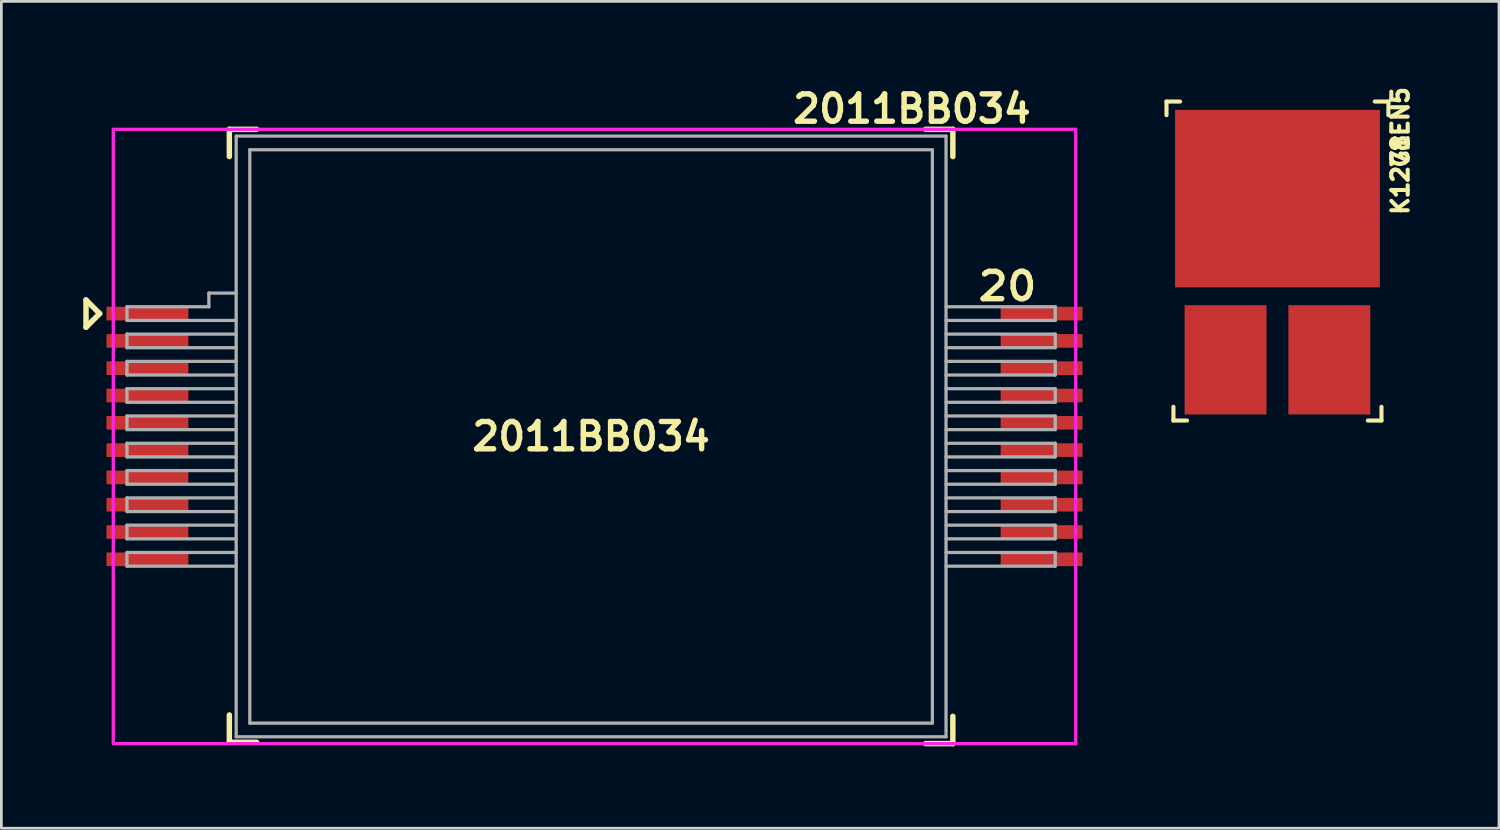
<source format=kicad_pcb>
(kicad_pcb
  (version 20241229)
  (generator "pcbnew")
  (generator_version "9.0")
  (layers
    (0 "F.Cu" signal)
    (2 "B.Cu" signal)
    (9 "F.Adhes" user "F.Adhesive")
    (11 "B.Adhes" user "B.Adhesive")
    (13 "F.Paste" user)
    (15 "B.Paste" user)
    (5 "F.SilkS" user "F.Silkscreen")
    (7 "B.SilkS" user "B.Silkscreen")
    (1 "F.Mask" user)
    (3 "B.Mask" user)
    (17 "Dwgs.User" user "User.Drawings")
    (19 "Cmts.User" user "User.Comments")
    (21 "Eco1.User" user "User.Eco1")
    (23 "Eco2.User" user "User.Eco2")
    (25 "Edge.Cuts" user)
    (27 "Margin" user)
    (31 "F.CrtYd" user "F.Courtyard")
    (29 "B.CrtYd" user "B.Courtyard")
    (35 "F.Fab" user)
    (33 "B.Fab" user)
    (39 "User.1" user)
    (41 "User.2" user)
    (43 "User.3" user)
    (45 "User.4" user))
  (footprint "K1278EN5"
    (layer "F.Cu")
    (at 43.739 4.479)
    (property "Reference" "K1278EN5" (at 4.5 -2 270) (layer "F.SilkS") (effects (font (size 0.6 0.6) (thickness 0.15))))
    (attr through_hole)
    (fp_line (start -4.064 -3.81) (end -4.064 -3.31) (stroke (width 0.15) (type solid)) (layer "F.SilkS"))
    (fp_line (start -4.064 -3.81) (end -3.564 -3.81) (stroke (width 0.15) (type solid)) (layer "F.SilkS"))
    (fp_line (start -3.81 7.874) (end -3.81 7.374) (stroke (width 0.15) (type solid)) (layer "F.SilkS"))
    (fp_line (start -3.81 7.874) (end -3.31 7.874) (stroke (width 0.15) (type solid)) (layer "F.SilkS"))
    (fp_line (start 3.81 7.874) (end 3.31 7.874) (stroke (width 0.15) (type solid)) (layer "F.SilkS"))
    (fp_line (start 3.81 7.874) (end 3.81 7.374) (stroke (width 0.15) (type solid)) (layer "F.SilkS"))
    (fp_line (start 4.064 -3.81) (end 3.564 -3.81) (stroke (width 0.15) (type solid)) (layer "F.SilkS"))
    (fp_line (start 4.064 -3.81) (end 4.064 -3.31) (stroke (width 0.15) (type solid)) (layer "F.SilkS"))
    (fp_text user "G1" (at 4.5 -2 270) (layer "F.SilkS") (effects (font (size 0.6 0.6) (thickness 0.15))))
    (pad "1" smd rect (at 0 -0.254) (size 7.5 6.5) (layers "F.Cu" "F.Mask" "F.Paste"))
    (pad "2" smd rect (at 1.9 5.65) (size 3 4) (layers "F.Cu" "F.Mask" "F.Paste"))
    (pad "3" smd rect (at -1.9 5.65) (size 3 4) (layers "F.Cu" "F.Mask" "F.Paste")))
  (footprint "2011ВВ034"
    (layer "F.Cu")
    (at 18.6 12.936)
    (property "Reference" "2011ВВ034" (at 11.75 -12 0) (layer "F.SilkS") (effects (font (size 1 1) (thickness 0.2))))
    (attr through_hole)
    (fp_line (start -18.5 -5) (end -18 -4.5) (stroke (width 0.2) (type solid)) (layer "F.SilkS"))
    (fp_line (start -18.5 -4) (end -18.5 -5) (stroke (width 0.2) (type solid)) (layer "F.SilkS"))
    (fp_line (start -18 -4.5) (end -18.5 -4) (stroke (width 0.2) (type solid)) (layer "F.SilkS"))
    (fp_line (start -13.25 -11.25) (end -13.25 -10.25) (stroke (width 0.2) (type solid)) (layer "F.SilkS"))
    (fp_line (start -13.25 -11.25) (end -12.25 -11.25) (stroke (width 0.2) (type solid)) (layer "F.SilkS"))
    (fp_line (start -13.25 11.2) (end -13.25 10.2) (stroke (width 0.2) (type solid)) (layer "F.SilkS"))
    (fp_line (start -13.25 11.2) (end -12.25 11.2) (stroke (width 0.2) (type solid)) (layer "F.SilkS"))
    (fp_line (start 13.25 -11.25) (end 12.25 -11.25) (stroke (width 0.2) (type solid)) (layer "F.SilkS"))
    (fp_line (start 13.25 -11.25) (end 13.25 -10.25) (stroke (width 0.2) (type solid)) (layer "F.SilkS"))
    (fp_line (start 13.25 11.25) (end 12.25 11.25) (stroke (width 0.2) (type solid)) (layer "F.SilkS"))
    (fp_line (start 13.25 11.25) (end 13.25 10.25) (stroke (width 0.2) (type solid)) (layer "F.SilkS"))
    (fp_line (start -17.5 -11.25) (end 17.75 -11.25) (stroke (width 0.12) (type solid)) (layer "F.CrtYd"))
    (fp_line (start -17.5 11.25) (end -17.5 -11.25) (stroke (width 0.12) (type solid)) (layer "F.CrtYd"))
    (fp_line (start 17.75 -11.25) (end 17.75 11.25) (stroke (width 0.12) (type solid)) (layer "F.CrtYd"))
    (fp_line (start 17.75 11.25) (end -17.5 11.25) (stroke (width 0.12) (type solid)) (layer "F.CrtYd"))
    (fp_line (start -17 -4.75) (end -17 -4.25) (stroke (width 0.12) (type solid)) (layer "F.Fab"))
    (fp_line (start -17 -4.25) (end -13 -4.25) (stroke (width 0.12) (type solid)) (layer "F.Fab"))
    (fp_line (start -17 -3.75) (end -17 -3.25) (stroke (width 0.12) (type solid)) (layer "F.Fab"))
    (fp_line (start -17 -3.25) (end -13 -3.25) (stroke (width 0.12) (type solid)) (layer "F.Fab"))
    (fp_line (start -17 -2.75) (end -17 -2.25) (stroke (width 0.12) (type solid)) (layer "F.Fab"))
    (fp_line (start -17 -2.25) (end -13 -2.25) (stroke (width 0.12) (type solid)) (layer "F.Fab"))
    (fp_line (start -17 -1.75) (end -17 -1.25) (stroke (width 0.12) (type solid)) (layer "F.Fab"))
    (fp_line (start -17 -1.25) (end -13 -1.25) (stroke (width 0.12) (type solid)) (layer "F.Fab"))
    (fp_line (start -17 -0.75) (end -17 -0.25) (stroke (width 0.12) (type solid)) (layer "F.Fab"))
    (fp_line (start -17 -0.25) (end -13 -0.25) (stroke (width 0.12) (type solid)) (layer "F.Fab"))
    (fp_line (start -17 0.25) (end -17 0.75) (stroke (width 0.12) (type solid)) (layer "F.Fab"))
    (fp_line (start -17 0.75) (end -13 0.75) (stroke (width 0.12) (type solid)) (layer "F.Fab"))
    (fp_line (start -17 1.25) (end -17 1.75) (stroke (width 0.12) (type solid)) (layer "F.Fab"))
    (fp_line (start -17 1.75) (end -13 1.75) (stroke (width 0.12) (type solid)) (layer "F.Fab"))
    (fp_line (start -17 2.25) (end -17 2.75) (stroke (width 0.12) (type solid)) (layer "F.Fab"))
    (fp_line (start -17 2.75) (end -13 2.75) (stroke (width 0.12) (type solid)) (layer "F.Fab"))
    (fp_line (start -17 3.25) (end -17 3.75) (stroke (width 0.12) (type solid)) (layer "F.Fab"))
    (fp_line (start -17 3.75) (end -13 3.75) (stroke (width 0.12) (type solid)) (layer "F.Fab"))
    (fp_line (start -17 4.25) (end -17 4.75) (stroke (width 0.12) (type solid)) (layer "F.Fab"))
    (fp_line (start -17 4.75) (end -13 4.75) (stroke (width 0.12) (type solid)) (layer "F.Fab"))
    (fp_line (start -14 -5.25) (end -14 -4.75) (stroke (width 0.12) (type solid)) (layer "F.Fab"))
    (fp_line (start -14 -4.75) (end -17 -4.75) (stroke (width 0.12) (type solid)) (layer "F.Fab"))
    (fp_line (start -13 -11) (end -13 11) (stroke (width 0.12) (type solid)) (layer "F.Fab"))
    (fp_line (start -13 -5.25) (end -14 -5.25) (stroke (width 0.12) (type solid)) (layer "F.Fab"))
    (fp_line (start -13 -3.75) (end -17 -3.75) (stroke (width 0.12) (type solid)) (layer "F.Fab"))
    (fp_line (start -13 -2.75) (end -17 -2.75) (stroke (width 0.12) (type solid)) (layer "F.Fab"))
    (fp_line (start -13 -1.75) (end -17 -1.75) (stroke (width 0.12) (type solid)) (layer "F.Fab"))
    (fp_line (start -13 -0.75) (end -17 -0.75) (stroke (width 0.12) (type solid)) (layer "F.Fab"))
    (fp_line (start -13 0.25) (end -17 0.25) (stroke (width 0.12) (type solid)) (layer "F.Fab"))
    (fp_line (start -13 1.25) (end -17 1.25) (stroke (width 0.12) (type solid)) (layer "F.Fab"))
    (fp_line (start -13 2.25) (end -17 2.25) (stroke (width 0.12) (type solid)) (layer "F.Fab"))
    (fp_line (start -13 3.25) (end -17 3.25) (stroke (width 0.12) (type solid)) (layer "F.Fab"))
    (fp_line (start -13 4.25) (end -17 4.25) (stroke (width 0.12) (type solid)) (layer "F.Fab"))
    (fp_line (start -13 11) (end 13 11) (stroke (width 0.12) (type solid)) (layer "F.Fab"))
    (fp_line (start -12.5 -10.5) (end 12.5 -10.5) (stroke (width 0.12) (type solid)) (layer "F.Fab"))
    (fp_line (start -12.5 10.5) (end -12.5 -10.5) (stroke (width 0.12) (type solid)) (layer "F.Fab"))
    (fp_line (start 12.5 -10.5) (end 12.5 10.5) (stroke (width 0.12) (type solid)) (layer "F.Fab"))
    (fp_line (start 12.5 10.5) (end -12.5 10.5) (stroke (width 0.12) (type solid)) (layer "F.Fab"))
    (fp_line (start 13 -11) (end -13 -11) (stroke (width 0.12) (type solid)) (layer "F.Fab"))
    (fp_line (start 13 -4.25) (end 17 -4.25) (stroke (width 0.12) (type solid)) (layer "F.Fab"))
    (fp_line (start 13 -3.25) (end 17 -3.25) (stroke (width 0.12) (type solid)) (layer "F.Fab"))
    (fp_line (start 13 -2.25) (end 17 -2.25) (stroke (width 0.12) (type solid)) (layer "F.Fab"))
    (fp_line (start 13 -1.25) (end 17 -1.25) (stroke (width 0.12) (type solid)) (layer "F.Fab"))
    (fp_line (start 13 -0.25) (end 17 -0.25) (stroke (width 0.12) (type solid)) (layer "F.Fab"))
    (fp_line (start 13 0.75) (end 17 0.75) (stroke (width 0.12) (type solid)) (layer "F.Fab"))
    (fp_line (start 13 1.75) (end 17 1.75) (stroke (width 0.12) (type solid)) (layer "F.Fab"))
    (fp_line (start 13 2.75) (end 17 2.75) (stroke (width 0.12) (type solid)) (layer "F.Fab"))
    (fp_line (start 13 3.75) (end 17 3.75) (stroke (width 0.12) (type solid)) (layer "F.Fab"))
    (fp_line (start 13 4.75) (end 17 4.75) (stroke (width 0.12) (type solid)) (layer "F.Fab"))
    (fp_line (start 13 11) (end 13 -11) (stroke (width 0.12) (type solid)) (layer "F.Fab"))
    (fp_line (start 17 -4.75) (end 13 -4.75) (stroke (width 0.12) (type solid)) (layer "F.Fab"))
    (fp_line (start 17 -4.75) (end 17 -4.25) (stroke (width 0.12) (type solid)) (layer "F.Fab"))
    (fp_line (start 17 -3.75) (end 13 -3.75) (stroke (width 0.12) (type solid)) (layer "F.Fab"))
    (fp_line (start 17 -3.75) (end 17 -3.25) (stroke (width 0.12) (type solid)) (layer "F.Fab"))
    (fp_line (start 17 -2.75) (end 13 -2.75) (stroke (width 0.12) (type solid)) (layer "F.Fab"))
    (fp_line (start 17 -2.75) (end 17 -2.25) (stroke (width 0.12) (type solid)) (layer "F.Fab"))
    (fp_line (start 17 -1.75) (end 13 -1.75) (stroke (width 0.12) (type solid)) (layer "F.Fab"))
    (fp_line (start 17 -1.75) (end 17 -1.25) (stroke (width 0.12) (type solid)) (layer "F.Fab"))
    (fp_line (start 17 -0.75) (end 13 -0.75) (stroke (width 0.12) (type solid)) (layer "F.Fab"))
    (fp_line (start 17 -0.75) (end 17 -0.25) (stroke (width 0.12) (type solid)) (layer "F.Fab"))
    (fp_line (start 17 0.25) (end 13 0.25) (stroke (width 0.12) (type solid)) (layer "F.Fab"))
    (fp_line (start 17 0.25) (end 17 0.75) (stroke (width 0.12) (type solid)) (layer "F.Fab"))
    (fp_line (start 17 1.25) (end 13 1.25) (stroke (width 0.12) (type solid)) (layer "F.Fab"))
    (fp_line (start 17 1.25) (end 17 1.75) (stroke (width 0.12) (type solid)) (layer "F.Fab"))
    (fp_line (start 17 2.25) (end 13 2.25) (stroke (width 0.12) (type solid)) (layer "F.Fab"))
    (fp_line (start 17 2.25) (end 17 2.75) (stroke (width 0.12) (type solid)) (layer "F.Fab"))
    (fp_line (start 17 3.25) (end 13 3.25) (stroke (width 0.12) (type solid)) (layer "F.Fab"))
    (fp_line (start 17 3.25) (end 17 3.75) (stroke (width 0.12) (type solid)) (layer "F.Fab"))
    (fp_line (start 17 4.25) (end 13 4.25) (stroke (width 0.12) (type solid)) (layer "F.Fab"))
    (fp_line (start 17 4.25) (end 17 4.75) (stroke (width 0.12) (type solid)) (layer "F.Fab"))
    (fp_text user "2011ВВ034" (at 0 0 0) (layer "F.SilkS") (effects (font (size 1 1) (thickness 0.2))))
    (fp_text user "20" (at 15.25 -5.5 0) (layer "F.SilkS") (effects (font (size 1 1.1) (thickness 0.2))))
    (pad "1" smd rect (at -16.25 -4.5) (size 3 0.5) (layers "F.Cu" "F.Mask" "F.Paste"))
    (pad "2" smd rect (at -16.25 -3.5) (size 3 0.5) (layers "F.Cu" "F.Mask" "F.Paste"))
    (pad "3" smd rect (at -16.25 -2.5) (size 3 0.5) (layers "F.Cu" "F.Mask" "F.Paste"))
    (pad "4" smd rect (at -16.25 -1.5) (size 3 0.5) (layers "F.Cu" "F.Mask" "F.Paste"))
    (pad "5" smd rect (at -16.25 -0.5) (size 3 0.5) (layers "F.Cu" "F.Mask" "F.Paste"))
    (pad "6" smd rect (at -16.25 0.5) (size 3 0.5) (layers "F.Cu" "F.Mask" "F.Paste"))
    (pad "7" smd rect (at -16.25 1.5) (size 3 0.5) (layers "F.Cu" "F.Mask" "F.Paste"))
    (pad "8" smd rect (at -16.25 2.5) (size 3 0.5) (layers "F.Cu" "F.Mask" "F.Paste"))
    (pad "9" smd rect (at -16.25 3.5) (size 3 0.5) (layers "F.Cu" "F.Mask" "F.Paste"))
    (pad "10" smd rect (at -16.25 4.5) (size 3 0.5) (layers "F.Cu" "F.Mask" "F.Paste"))
    (pad "11" smd rect (at 16.5 4.5) (size 3 0.5) (layers "F.Cu" "F.Mask" "F.Paste"))
    (pad "12" smd rect (at 16.5 3.5) (size 3 0.5) (layers "F.Cu" "F.Mask" "F.Paste"))
    (pad "13" smd rect (at 16.5 2.5) (size 3 0.5) (layers "F.Cu" "F.Mask" "F.Paste"))
    (pad "14" smd rect (at 16.5 1.5) (size 3 0.5) (layers "F.Cu" "F.Mask" "F.Paste"))
    (pad "15" smd rect (at 16.5 0.5) (size 3 0.5) (layers "F.Cu" "F.Mask" "F.Paste"))
    (pad "16" smd rect (at 16.5 -0.5) (size 3 0.5) (layers "F.Cu" "F.Mask" "F.Paste"))
    (pad "17" smd rect (at 16.5 -1.5) (size 3 0.5) (layers "F.Cu" "F.Mask" "F.Paste"))
    (pad "18" smd rect (at 16.5 -2.5) (size 3 0.5) (layers "F.Cu" "F.Mask" "F.Paste"))
    (pad "19" smd rect (at 16.5 -3.5) (size 3 0.5) (layers "F.Cu" "F.Mask" "F.Paste"))
    (pad "20" smd rect (at 16.5 -4.5) (size 3 0.5) (layers "F.Cu" "F.Mask" "F.Paste")))
  (gr_rect
    (start -3 -3)
    (end 51.853 27.286)
    (stroke (width 0.1) (type default))
    (fill no)
    (layer "Edge.Cuts")))
</source>
